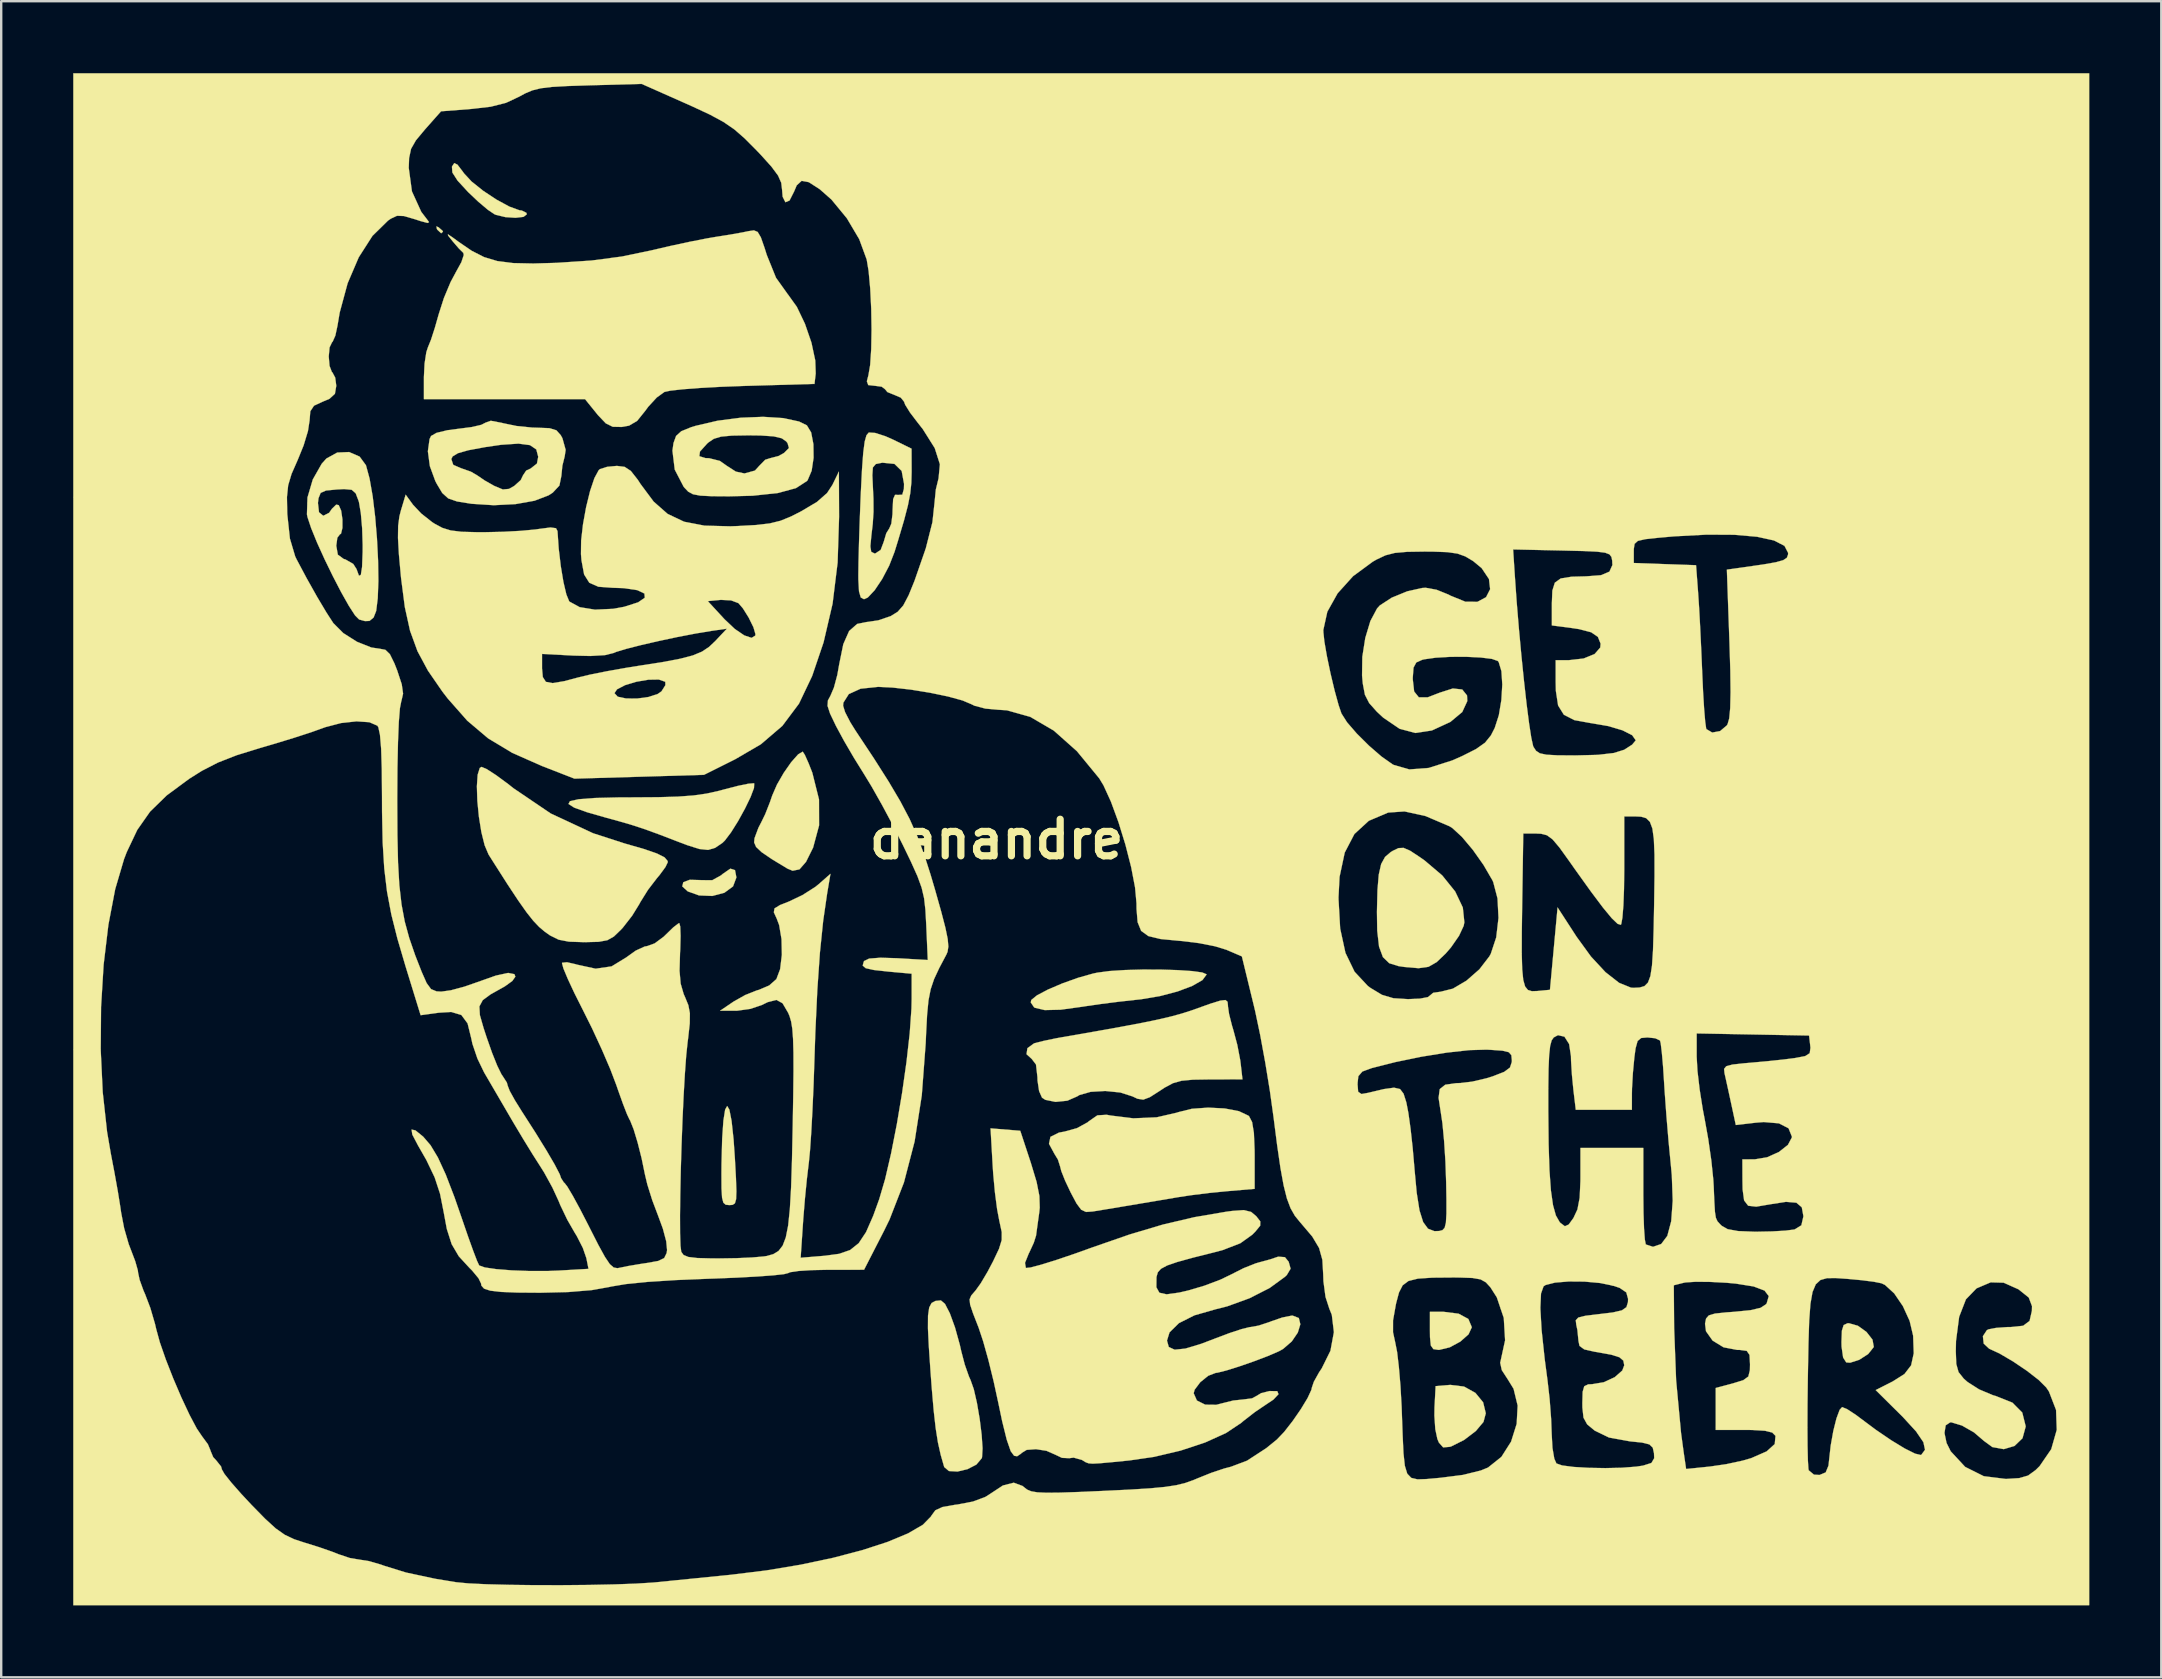
<source format=kicad_pcb>
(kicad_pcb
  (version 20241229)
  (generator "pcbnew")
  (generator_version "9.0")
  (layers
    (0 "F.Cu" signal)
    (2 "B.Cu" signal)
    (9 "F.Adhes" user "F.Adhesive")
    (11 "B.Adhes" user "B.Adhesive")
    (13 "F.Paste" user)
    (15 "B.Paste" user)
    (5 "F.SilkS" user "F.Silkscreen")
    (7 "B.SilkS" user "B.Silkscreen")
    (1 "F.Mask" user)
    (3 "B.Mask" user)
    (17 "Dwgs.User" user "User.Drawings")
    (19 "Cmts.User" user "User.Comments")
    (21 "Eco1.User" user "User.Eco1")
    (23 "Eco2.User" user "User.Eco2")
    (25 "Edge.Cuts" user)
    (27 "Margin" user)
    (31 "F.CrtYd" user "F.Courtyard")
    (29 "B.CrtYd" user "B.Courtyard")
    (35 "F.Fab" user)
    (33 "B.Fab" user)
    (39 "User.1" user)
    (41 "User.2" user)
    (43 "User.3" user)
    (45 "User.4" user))
  (footprint "danandrewsneg"
    (layer "F.Cu")
    (at 41.915 31.914)
    (property "Reference" "danandrewsneg" (at 0 0 0) (layer "F.SilkS") (effects (font (size 1.524 1.524) (thickness 0.3))))
    (attr through_hole)
    (fp_poly (pts (xy -26.695 -25.495) (xy -26.525 -25.347) (xy -26.511 -25.311) (xy -26.587 -25.246) (xy -26.743 -25.392) (xy -26.765 -25.425) (xy -26.783 -25.533) (xy -26.695 -25.495)) (stroke (width 0.01) (type solid)) (fill yes) (layer "F.SilkS"))
    (fp_poly (pts (xy 15.801 19.764) (xy 16.207 19.985) (xy 16.351 20.328) (xy 16.215 20.623) (xy 15.874 20.925) (xy 15.432 21.165) (xy 14.993 21.271) (xy 14.962 21.272) (xy 14.749 21.24) (xy 14.643 21.09) (xy 14.608 20.742) (xy 14.605 20.479) (xy 14.605 19.685) (xy 15.171 19.685) (xy 15.801 19.764)) (stroke (width 0.01) (type solid)) (fill yes) (layer "F.SilkS"))
    (fp_poly (pts (xy -14.345 1.286) (xy -14.287 1.589) (xy -14.427 1.963) (xy -14.788 2.228) (xy -15.289 2.361) (xy -15.844 2.339) (xy -16.313 2.171) (xy -16.542 1.963) (xy -16.499 1.789) (xy -16.231 1.688) (xy -15.783 1.7) (xy -15.771 1.702) (xy -15.294 1.706) (xy -14.92 1.499) (xy -14.865 1.449) (xy -14.538 1.224) (xy -14.345 1.286)) (stroke (width 0.01) (type solid)) (fill yes) (layer "F.SilkS"))
    (fp_poly (pts (xy 32.434 20.267) (xy 32.792 20.524) (xy 33.043 20.846) (xy 33.096 21.144) (xy 33.09 21.16) (xy 32.864 21.443) (xy 32.492 21.684) (xy 32.113 21.806) (xy 31.948 21.793) (xy 31.819 21.59) (xy 31.754 21.136) (xy 31.75 20.942) (xy 31.768 20.469) (xy 31.842 20.236) (xy 32.003 20.163) (xy 32.059 20.161) (xy 32.434 20.267)) (stroke (width 0.01) (type solid)) (fill yes) (layer "F.SilkS"))
    (fp_poly (pts (xy 16.026 22.8) (xy 16.5 23.063) (xy 16.822 23.456) (xy 16.933 23.913) (xy 16.837 24.272) (xy 16.519 24.651) (xy 16.031 25.023) (xy 15.504 25.288) (xy 15.439 25.31) (xy 15.157 25.334) (xy 14.979 25.134) (xy 14.916 24.985) (xy 14.829 24.576) (xy 14.791 24.01) (xy 14.796 23.665) (xy 14.843 22.781) (xy 15.457 22.73) (xy 16.026 22.8)) (stroke (width 0.01) (type solid)) (fill yes) (layer "F.SilkS"))
    (fp_poly (pts (xy -14.579 11.266) (xy -14.488 11.731) (xy -14.404 12.509) (xy -14.349 13.31) (xy -14.305 14.119) (xy -14.287 14.662) (xy -14.299 14.994) (xy -14.349 15.166) (xy -14.444 15.23) (xy -14.581 15.24) (xy -14.732 15.225) (xy -14.829 15.141) (xy -14.884 14.934) (xy -14.907 14.547) (xy -14.91 13.925) (xy -14.907 13.533) (xy -14.88 12.476) (xy -14.828 11.719) (xy -14.756 11.263) (xy -14.671 11.111) (xy -14.579 11.266)) (stroke (width 0.01) (type solid)) (fill yes) (layer "F.SilkS"))
    (fp_poly (pts (xy -25.906 -28.104) (xy -25.674 -27.799) (xy -25.636 -27.744) (xy -25.317 -27.4) (xy -24.835 -27.015) (xy -24.28 -26.648) (xy -23.746 -26.358) (xy -23.324 -26.204) (xy -23.229 -26.194) (xy -23.036 -26.098) (xy -23.019 -26.035) (xy -23.155 -25.93) (xy -23.489 -25.891) (xy -23.909 -25.919) (xy -24.301 -26.012) (xy -24.368 -26.04) (xy -24.639 -26.223) (xy -25.04 -26.561) (xy -25.464 -26.963) (xy -25.904 -27.441) (xy -26.119 -27.776) (xy -26.137 -28.017) (xy -26.133 -28.029) (xy -26.04 -28.17) (xy -25.906 -28.104)) (stroke (width 0.01) (type solid)) (fill yes) (layer "F.SilkS"))
    (fp_poly (pts (xy -11.435 -3.515) (xy -11.278 -3.163) (xy -11.124 -2.772) (xy -10.845 -1.657) (xy -10.842 -0.578) (xy -11.091 0.346) (xy -11.387 0.941) (xy -11.659 1.253) (xy -11.944 1.311) (xy -12.16 1.222) (xy -12.816 0.824) (xy -13.237 0.537) (xy -13.466 0.32) (xy -13.548 0.133) (xy -13.531 -0.046) (xy -13.369 -0.481) (xy -13.248 -0.714) (xy -13.085 -1.049) (xy -12.89 -1.545) (xy -12.793 -1.826) (xy -12.597 -2.277) (xy -12.314 -2.768) (xy -12.001 -3.215) (xy -11.715 -3.537) (xy -11.523 -3.651) (xy -11.435 -3.515)) (stroke (width 0.01) (type solid)) (fill yes) (layer "F.SilkS"))
    (fp_poly (pts (xy 13.777 0.475) (xy 14.19 0.747) (xy 14.385 0.884) (xy 15.117 1.505) (xy 15.658 2.176) (xy 15.976 2.845) (xy 16.04 3.461) (xy 16.01 3.609) (xy 15.817 4.022) (xy 15.481 4.506) (xy 15.261 4.76) (xy 14.885 5.118) (xy 14.544 5.313) (xy 14.134 5.371) (xy 13.553 5.321) (xy 13.297 5.284) (xy 12.911 5.164) (xy 12.647 4.909) (xy 12.486 4.474) (xy 12.41 3.811) (xy 12.398 3.021) (xy 12.42 2.116) (xy 12.474 1.472) (xy 12.574 1.031) (xy 12.736 0.736) (xy 12.974 0.531) (xy 13.057 0.482) (xy 13.295 0.368) (xy 13.507 0.358) (xy 13.777 0.475)) (stroke (width 0.01) (type solid)) (fill yes) (layer "F.SilkS"))
    (fp_poly (pts (xy 3.397 5.429) (xy 4.105 5.451) (xy 4.702 5.491) (xy 5.121 5.549) (xy 5.298 5.624) (xy 5.3 5.636) (xy 5.128 5.867) (xy 4.704 6.109) (xy 4.094 6.339) (xy 3.363 6.532) (xy 2.574 6.665) (xy 2.433 6.68) (xy 1.664 6.765) (xy 0.891 6.863) (xy 0.26 6.954) (xy 0.159 6.971) (xy -0.779 7.1) (xy -1.441 7.116) (xy -1.851 7.02) (xy -1.886 7) (xy -2.024 6.797) (xy -2.002 6.695) (xy -1.764 6.501) (xy -1.303 6.258) (xy -0.705 6.003) (xy -0.052 5.77) (xy 0.571 5.594) (xy 0.757 5.555) (xy 1.257 5.489) (xy 1.908 5.447) (xy 2.643 5.427) (xy 3.397 5.429)) (stroke (width 0.01) (type solid)) (fill yes) (layer "F.SilkS"))
    (fp_poly (pts (xy -13.545 -2.327) (xy -13.554 -2.136) (xy -13.697 -1.758) (xy -13.932 -1.273) (xy -14.217 -0.756) (xy -14.51 -0.288) (xy -14.77 0.055) (xy -14.869 0.151) (xy -15.173 0.357) (xy -15.465 0.443) (xy -15.83 0.405) (xy -16.351 0.24) (xy -16.748 0.089) (xy -17.548 -0.218) (xy -18.168 -0.442) (xy -18.724 -0.622) (xy -19.328 -0.795) (xy -19.685 -0.891) (xy -20.51 -1.127) (xy -21.044 -1.319) (xy -21.282 -1.471) (xy -21.221 -1.587) (xy -20.858 -1.668) (xy -20.187 -1.72) (xy -19.205 -1.744) (xy -18.624 -1.746) (xy -17.552 -1.753) (xy -16.726 -1.777) (xy -16.076 -1.825) (xy -15.53 -1.903) (xy -15.017 -2.017) (xy -14.799 -2.076) (xy -14.232 -2.223) (xy -13.792 -2.314) (xy -13.56 -2.333) (xy -13.545 -2.327)) (stroke (width 0.01) (type solid)) (fill yes) (layer "F.SilkS"))
    (fp_poly (pts (xy -5.597 19.355) (xy -5.393 19.751) (xy -5.18 20.337) (xy -4.981 21.054) (xy -4.919 21.328) (xy -4.773 21.885) (xy -4.598 22.382) (xy -4.532 22.528) (xy -4.397 22.91) (xy -4.266 23.481) (xy -4.152 24.146) (xy -4.07 24.808) (xy -4.032 25.372) (xy -4.053 25.742) (xy -4.066 25.785) (xy -4.287 26.048) (xy -4.659 26.241) (xy -5.076 26.34) (xy -5.434 26.319) (xy -5.628 26.154) (xy -5.629 26.154) (xy -5.775 25.646) (xy -5.891 25.128) (xy -5.985 24.533) (xy -6.068 23.794) (xy -6.15 22.844) (xy -6.2 22.168) (xy -6.27 21.134) (xy -6.307 20.374) (xy -6.304 19.846) (xy -6.255 19.508) (xy -6.155 19.318) (xy -5.996 19.233) (xy -5.773 19.211) (xy -5.768 19.211) (xy -5.597 19.355)) (stroke (width 0.01) (type solid)) (fill yes) (layer "F.SilkS"))
    (fp_poly (pts (xy 6.054 11.214) (xy 6.647 11.327) (xy 7.043 11.514) (xy 7.072 11.54) (xy 7.198 11.782) (xy 7.272 12.234) (xy 7.301 12.943) (xy 7.303 13.167) (xy 7.303 14.563) (xy 6.152 14.661) (xy 5.415 14.734) (xy 4.656 14.828) (xy 4.128 14.908) (xy 3.385 15.034) (xy 2.54 15.176) (xy 1.702 15.317) (xy 0.98 15.437) (xy 0.556 15.506) (xy 0.28 15.526) (xy 0.079 15.435) (xy -0.116 15.174) (xy -0.357 14.721) (xy -0.592 14.225) (xy -0.752 13.822) (xy -0.799 13.637) (xy -0.893 13.342) (xy -1.037 13.106) (xy -1.264 12.687) (xy -1.204 12.397) (xy -0.849 12.22) (xy -0.619 12.178) (xy -0.101 12.035) (xy 0.342 11.793) (xy 0.404 11.741) (xy 0.751 11.501) (xy 1.137 11.477) (xy 1.301 11.508) (xy 2.251 11.625) (xy 3.221 11.583) (xy 4.064 11.389) (xy 4.118 11.369) (xy 4.687 11.228) (xy 5.366 11.179) (xy 6.054 11.214)) (stroke (width 0.01) (type solid)) (fill yes) (layer "F.SilkS"))
    (fp_poly (pts (xy -24.685 -2.922) (xy -24.293 -2.668) (xy -23.798 -2.303) (xy -23.57 -2.123) (xy -22.02 -1.073) (xy -20.258 -0.251) (xy -18.954 0.171) (xy -18.138 0.406) (xy -17.593 0.594) (xy -17.277 0.755) (xy -17.152 0.905) (xy -17.145 0.953) (xy -17.241 1.154) (xy -17.483 1.484) (xy -17.599 1.622) (xy -17.969 2.105) (xy -18.29 2.62) (xy -18.331 2.699) (xy -18.63 3.184) (xy -19.016 3.68) (xy -19.099 3.77) (xy -19.39 4.05) (xy -19.663 4.205) (xy -20.026 4.272) (xy -20.591 4.286) (xy -20.64 4.286) (xy -21.262 4.266) (xy -21.691 4.183) (xy -22.051 4.005) (xy -22.27 3.85) (xy -22.505 3.652) (xy -22.748 3.396) (xy -23.029 3.042) (xy -23.376 2.55) (xy -23.819 1.88) (xy -24.386 0.991) (xy -24.61 0.638) (xy -24.774 0.252) (xy -24.911 -0.298) (xy -25.014 -0.94) (xy -25.079 -1.6) (xy -25.098 -2.207) (xy -25.066 -2.689) (xy -24.978 -2.971) (xy -24.903 -3.016) (xy -24.685 -2.922)) (stroke (width 0.01) (type solid)) (fill yes) (layer "F.SilkS"))
    (fp_poly (pts (xy 6.174 6.769) (xy 6.191 6.93) (xy 6.191 6.957) (xy 6.238 7.28) (xy 6.357 7.752) (xy 6.416 7.949) (xy 6.58 8.563) (xy 6.702 9.199) (xy 6.719 9.327) (xy 6.796 10.001) (xy 5.422 10.004) (xy 4.73 10.015) (xy 4.256 10.06) (xy 3.899 10.161) (xy 3.56 10.342) (xy 3.357 10.476) (xy 2.938 10.744) (xy 2.664 10.847) (xy 2.423 10.81) (xy 2.213 10.711) (xy 1.706 10.549) (xy 1.084 10.486) (xy 0.473 10.521) (xy 0.002 10.655) (xy -0.089 10.711) (xy -0.501 10.891) (xy -0.993 10.941) (xy -1.418 10.854) (xy -1.556 10.763) (xy -1.676 10.493) (xy -1.742 10.053) (xy -1.746 9.907) (xy -1.806 9.383) (xy -1.984 9.15) (xy -2.201 8.953) (xy -2.163 8.702) (xy -1.889 8.504) (xy -1.865 8.495) (xy -1.497 8.401) (xy -0.974 8.292) (xy -0.714 8.245) (xy 0.642 8.009) (xy 1.729 7.814) (xy 2.59 7.652) (xy 3.27 7.512) (xy 3.812 7.385) (xy 4.261 7.262) (xy 4.66 7.135) (xy 4.842 7.07) (xy 5.479 6.843) (xy 5.876 6.721) (xy 6.088 6.697) (xy 6.174 6.769)) (stroke (width 0.01) (type solid)) (fill yes) (layer "F.SilkS"))
    (fp_poly (pts (xy -12.336 -17.546) (xy -11.677 -17.404) (xy -11.351 -17.244) (xy -11.172 -16.948) (xy -11.079 -16.459) (xy -11.072 -15.889) (xy -11.152 -15.353) (xy -11.318 -14.962) (xy -11.347 -14.926) (xy -11.805 -14.629) (xy -12.559 -14.425) (xy -13.612 -14.312) (xy -14.584 -14.287) (xy -15.312 -14.292) (xy -15.792 -14.316) (xy -16.097 -14.374) (xy -16.295 -14.482) (xy -16.457 -14.653) (xy -16.488 -14.692) (xy -16.855 -15.4) (xy -16.923 -15.958) (xy -15.83 -15.958) (xy -15.574 -15.88) (xy -15.423 -15.875) (xy -14.979 -15.764) (xy -14.684 -15.557) (xy -14.31 -15.317) (xy -13.951 -15.24) (xy -13.514 -15.36) (xy -13.335 -15.557) (xy -13.086 -15.811) (xy -12.884 -15.875) (xy -12.532 -15.966) (xy -12.3 -16.096) (xy -12.097 -16.3) (xy -12.156 -16.503) (xy -12.209 -16.572) (xy -12.397 -16.705) (xy -12.733 -16.785) (xy -13.279 -16.822) (xy -13.781 -16.828) (xy -14.471 -16.817) (xy -14.925 -16.775) (xy -15.227 -16.684) (xy -15.456 -16.529) (xy -15.508 -16.482) (xy -15.806 -16.151) (xy -15.83 -15.958) (xy -16.923 -15.958) (xy -16.951 -16.191) (xy -16.907 -16.507) (xy -16.799 -16.804) (xy -16.579 -17.003) (xy -16.16 -17.171) (xy -15.985 -17.224) (xy -15.07 -17.437) (xy -14.107 -17.562) (xy -13.171 -17.599) (xy -12.336 -17.546)) (stroke (width 0.01) (type solid)) (fill yes) (layer "F.SilkS"))
    (fp_poly (pts (xy -8.507 -16.928) (xy -8.079 -16.791) (xy -7.765 -16.652) (xy -6.99 -16.272) (xy -6.987 -15.298) (xy -6.999 -14.844) (xy -7.045 -14.406) (xy -7.141 -13.912) (xy -7.302 -13.292) (xy -7.543 -12.477) (xy -7.699 -11.972) (xy -7.922 -11.4) (xy -8.215 -10.841) (xy -8.528 -10.374) (xy -8.813 -10.072) (xy -8.971 -10.001) (xy -9.106 -10.073) (xy -9.179 -10.328) (xy -9.206 -10.824) (xy -9.207 -11.008) (xy -9.2 -11.536) (xy -9.183 -12.199) (xy -8.707 -12.199) (xy -8.669 -11.973) (xy -8.532 -11.907) (xy -8.505 -11.906) (xy -8.277 -12.053) (xy -8.151 -12.386) (xy -8.042 -12.751) (xy -7.917 -12.951) (xy -7.833 -13.148) (xy -7.784 -13.545) (xy -7.779 -13.736) (xy -7.757 -14.171) (xy -7.677 -14.35) (xy -7.541 -14.345) (xy -7.377 -14.355) (xy -7.309 -14.594) (xy -7.303 -14.807) (xy -7.402 -15.345) (xy -7.703 -15.638) (xy -8.206 -15.688) (xy -8.479 -15.633) (xy -8.602 -15.489) (xy -8.623 -15.165) (xy -8.612 -14.922) (xy -8.578 -14.188) (xy -8.575 -13.639) (xy -8.606 -13.144) (xy -8.663 -12.66) (xy -8.707 -12.199) (xy -9.183 -12.199) (xy -9.181 -12.292) (xy -9.152 -13.187) (xy -9.116 -14.132) (xy -9.103 -14.436) (xy -9.054 -15.41) (xy -9.002 -16.108) (xy -8.942 -16.569) (xy -8.867 -16.834) (xy -8.773 -16.943) (xy -8.769 -16.945) (xy -8.507 -16.928)) (stroke (width 0.01) (type solid)) (fill yes) (layer "F.SilkS"))
    (fp_poly (pts (xy -24.052 -17.346) (xy -24.005 -17.333) (xy -23.451 -17.218) (xy -22.801 -17.152) (xy -22.568 -17.145) (xy -22.072 -17.126) (xy -21.786 -17.038) (xy -21.605 -16.836) (xy -21.535 -16.708) (xy -21.4 -16.224) (xy -21.44 -15.954) (xy -21.537 -15.563) (xy -21.579 -15.137) (xy -21.66 -14.737) (xy -21.938 -14.44) (xy -22.112 -14.328) (xy -22.696 -14.104) (xy -23.49 -13.963) (xy -24.395 -13.917) (xy -25.312 -13.976) (xy -25.344 -13.98) (xy -25.927 -14.074) (xy -26.293 -14.201) (xy -26.541 -14.426) (xy -26.772 -14.812) (xy -26.831 -14.927) (xy -27.057 -15.544) (xy -27.097 -15.841) (xy -26.164 -15.841) (xy -26.083 -15.599) (xy -25.768 -15.462) (xy -25.35 -15.315) (xy -25.082 -15.159) (xy -24.772 -14.947) (xy -24.375 -14.722) (xy -24.018 -14.573) (xy -23.759 -14.597) (xy -23.541 -14.721) (xy -23.271 -14.964) (xy -23.177 -15.16) (xy -23.045 -15.359) (xy -22.86 -15.445) (xy -22.596 -15.652) (xy -22.543 -15.936) (xy -22.623 -16.24) (xy -22.887 -16.42) (xy -23.366 -16.483) (xy -24.092 -16.434) (xy -24.757 -16.337) (xy -25.455 -16.207) (xy -25.888 -16.084) (xy -26.108 -15.95) (xy -26.164 -15.841) (xy -27.097 -15.841) (xy -27.14 -16.165) (xy -27.069 -16.674) (xy -27.007 -16.801) (xy -26.78 -16.931) (xy -26.322 -17.042) (xy -25.859 -17.102) (xy -25.318 -17.172) (xy -24.91 -17.267) (xy -24.738 -17.356) (xy -24.518 -17.435) (xy -24.052 -17.346)) (stroke (width 0.01) (type solid)) (fill yes) (layer "F.SilkS"))
    (fp_poly (pts (xy -13.4 -25.301) (xy -13.267 -25.075) (xy -13.111 -24.629) (xy -13.022 -24.345) (xy -12.636 -23.391) (xy -12.142 -22.699) (xy -12.133 -22.69) (xy -11.768 -22.18) (xy -11.431 -21.475) (xy -11.161 -20.692) (xy -11.001 -19.946) (xy -10.983 -19.404) (xy -11.033 -18.971) (xy -13.97 -18.886) (xy -14.929 -18.85) (xy -15.799 -18.802) (xy -16.522 -18.747) (xy -17.039 -18.689) (xy -17.285 -18.636) (xy -17.603 -18.406) (xy -17.959 -18.02) (xy -18.085 -17.848) (xy -18.42 -17.432) (xy -18.757 -17.232) (xy -19.062 -17.177) (xy -19.438 -17.185) (xy -19.729 -17.328) (xy -20.053 -17.669) (xy -20.105 -17.733) (xy -20.593 -18.336) (xy -27.305 -18.336) (xy -27.305 -19.259) (xy -27.277 -19.822) (xy -27.204 -20.294) (xy -27.137 -20.497) (xy -27.011 -20.808) (xy -26.847 -21.315) (xy -26.688 -21.875) (xy -26.471 -22.551) (xy -26.192 -23.217) (xy -25.968 -23.635) (xy -25.744 -24.043) (xy -25.645 -24.34) (xy -25.663 -24.429) (xy -25.851 -24.614) (xy -26.114 -24.92) (xy -26.297 -25.151) (xy -26.306 -25.204) (xy -26.112 -25.075) (xy -25.855 -24.886) (xy -25.31 -24.514) (xy -24.797 -24.253) (xy -24.247 -24.088) (xy -23.587 -24.004) (xy -22.748 -23.986) (xy -21.774 -24.014) (xy -20.329 -24.11) (xy -19.055 -24.278) (xy -17.859 -24.527) (xy -17.037 -24.718) (xy -16.216 -24.895) (xy -15.511 -25.033) (xy -15.161 -25.093) (xy -14.567 -25.187) (xy -14.039 -25.281) (xy -13.783 -25.334) (xy -13.557 -25.367) (xy -13.4 -25.301)) (stroke (width 0.01) (type solid)) (fill yes) (layer "F.SilkS"))
    (fp_poly (pts (xy -29.983 -15.942) (xy -29.719 -15.582) (xy -29.569 -15.028) (xy -29.44 -14.291) (xy -29.336 -13.433) (xy -29.26 -12.518) (xy -29.214 -11.606) (xy -29.202 -10.759) (xy -29.228 -10.041) (xy -29.293 -9.514) (xy -29.401 -9.239) (xy -29.571 -9.097) (xy -29.758 -9.089) (xy -30.004 -9.156) (xy -30.172 -9.325) (xy -30.431 -9.724) (xy -30.75 -10.29) (xy -31.098 -10.96) (xy -31.444 -11.67) (xy -31.756 -12.358) (xy -32.002 -12.961) (xy -32.153 -13.415) (xy -32.178 -13.535) (xy -32.163 -14.01) (xy -31.72 -14.01) (xy -31.676 -13.623) (xy -31.497 -13.477) (xy -31.255 -13.6) (xy -31.135 -13.77) (xy -30.959 -13.941) (xy -30.853 -13.92) (xy -30.752 -13.69) (xy -30.7 -13.331) (xy -30.7 -12.97) (xy -30.758 -12.732) (xy -30.807 -12.7) (xy -30.912 -12.562) (xy -30.956 -12.23) (xy -30.956 -12.227) (xy -30.891 -11.856) (xy -30.648 -11.679) (xy -30.574 -11.658) (xy -30.249 -11.471) (xy -30.113 -11.258) (xy -30.011 -10.98) (xy -29.933 -11.012) (xy -29.881 -11.345) (xy -29.857 -11.971) (xy -29.856 -12.263) (xy -29.878 -12.953) (xy -29.933 -13.585) (xy -30.01 -14.041) (xy -30.026 -14.097) (xy -30.148 -14.415) (xy -30.315 -14.56) (xy -30.632 -14.589) (xy -30.932 -14.573) (xy -31.383 -14.529) (xy -31.607 -14.43) (xy -31.696 -14.21) (xy -31.72 -14.01) (xy -32.163 -14.01) (xy -32.156 -14.238) (xy -31.934 -14.99) (xy -31.562 -15.645) (xy -31.367 -15.862) (xy -30.916 -16.111) (xy -30.42 -16.132) (xy -29.983 -15.942)) (stroke (width 0.01) (type solid)) (fill yes) (layer "F.SilkS"))
    (fp_poly (pts (xy -18.944 -15.515) (xy -18.684 -15.345) (xy -18.398 -14.981) (xy -18.278 -14.797) (xy -17.735 -14.068) (xy -17.151 -13.554) (xy -16.465 -13.229) (xy -15.616 -13.066) (xy -14.542 -13.038) (xy -14.241 -13.049) (xy -13.463 -13.092) (xy -12.9 -13.158) (xy -12.449 -13.269) (xy -12.007 -13.45) (xy -11.585 -13.665) (xy -10.928 -14.056) (xy -10.508 -14.426) (xy -10.287 -14.764) (xy -10.017 -15.319) (xy -10.009 -13.433) (xy -10.07 -11.527) (xy -10.28 -9.815) (xy -10.656 -8.202) (xy -11.131 -6.802) (xy -11.679 -5.651) (xy -12.372 -4.725) (xy -13.266 -3.959) (xy -14.334 -3.336) (xy -15.637 -2.685) (xy -18.336 -2.605) (xy -21.034 -2.526) (xy -22.391 -3.054) (xy -23.626 -3.6) (xy -24.633 -4.207) (xy -25.501 -4.942) (xy -26.319 -5.871) (xy -26.484 -6.087) (xy -19.367 -6.087) (xy -19.23 -5.939) (xy -18.883 -5.866) (xy -18.424 -5.863) (xy -17.952 -5.927) (xy -17.565 -6.053) (xy -17.407 -6.164) (xy -17.245 -6.421) (xy -17.25 -6.561) (xy -17.518 -6.655) (xy -17.952 -6.648) (xy -18.453 -6.563) (xy -18.922 -6.422) (xy -19.259 -6.248) (xy -19.367 -6.087) (xy -26.484 -6.087) (xy -26.539 -6.158) (xy -27.135 -7.022) (xy -27.511 -7.722) (xy -22.384 -7.722) (xy -22.384 -7.115) (xy -22.352 -6.757) (xy -22.223 -6.558) (xy -21.942 -6.506) (xy -21.458 -6.587) (xy -20.89 -6.738) (xy -20.387 -6.859) (xy -19.678 -7.001) (xy -18.873 -7.144) (xy -18.336 -7.23) (xy -17.353 -7.384) (xy -16.629 -7.521) (xy -16.105 -7.658) (xy -15.723 -7.816) (xy -15.427 -8.013) (xy -15.159 -8.267) (xy -15.147 -8.28) (xy -14.684 -8.773) (xy -15.319 -8.682) (xy -15.978 -8.573) (xy -16.739 -8.427) (xy -17.529 -8.259) (xy -18.269 -8.088) (xy -18.884 -7.931) (xy -19.298 -7.805) (xy -19.399 -7.762) (xy -19.759 -7.672) (xy -20.367 -7.636) (xy -21.059 -7.652) (xy -22.384 -7.722) (xy -27.511 -7.722) (xy -27.572 -7.835) (xy -27.883 -8.689) (xy -28.1 -9.673) (xy -28.256 -10.878) (xy -28.263 -10.95) (xy -28.347 -11.875) (xy -28.385 -12.554) (xy -28.378 -13.056) (xy -28.327 -13.448) (xy -28.267 -13.685) (xy -28.065 -14.356) (xy -27.758 -13.934) (xy -27.417 -13.572) (xy -26.964 -13.214) (xy -26.864 -13.149) (xy -26.537 -12.973) (xy -26.19 -12.866) (xy -25.735 -12.81) (xy -25.084 -12.793) (xy -24.767 -12.793) (xy -24.001 -12.81) (xy -23.259 -12.85) (xy -22.664 -12.906) (xy -22.503 -12.929) (xy -22.033 -12.99) (xy -21.802 -12.959) (xy -21.74 -12.84) (xy -21.69 -12.114) (xy -21.603 -11.379) (xy -21.492 -10.715) (xy -21.371 -10.201) (xy -21.254 -9.916) (xy -21.242 -9.902) (xy -20.814 -9.669) (xy -20.178 -9.566) (xy -19.419 -9.601) (xy -18.959 -9.686) (xy -18.379 -9.872) (xy -18.307 -9.922) (xy -15.478 -9.922) (xy -14.783 -9.168) (xy -14.351 -8.76) (xy -13.956 -8.492) (xy -13.654 -8.391) (xy -13.502 -8.484) (xy -13.494 -8.548) (xy -13.577 -8.833) (xy -13.776 -9.237) (xy -14.017 -9.622) (xy -14.201 -9.837) (xy -14.508 -9.952) (xy -14.938 -9.974) (xy -14.952 -9.972) (xy -15.478 -9.922) (xy -18.307 -9.922) (xy -18.103 -10.063) (xy -18.119 -10.238) (xy -18.414 -10.378) (xy -18.977 -10.462) (xy -19.44 -10.477) (xy -20.035 -10.52) (xy -20.414 -10.686) (xy -20.631 -11.032) (xy -20.74 -11.618) (xy -20.762 -11.88) (xy -20.755 -12.444) (xy -20.677 -13.125) (xy -20.547 -13.84) (xy -20.383 -14.507) (xy -20.202 -15.046) (xy -20.024 -15.375) (xy -19.973 -15.42) (xy -19.672 -15.516) (xy -19.265 -15.555) (xy -18.944 -15.515)) (stroke (width 0.01) (type solid)) (fill yes) (layer "F.SilkS"))
    (fp_poly (pts (xy -2.461 12.144) (xy -2.016 13.494) (xy -1.781 14.273) (xy -1.665 14.859) (xy -1.65 15.348) (xy -1.672 15.557) (xy -1.74 16.046) (xy -1.792 16.425) (xy -1.803 16.51) (xy -1.896 16.805) (xy -2.082 17.209) (xy -2.107 17.255) (xy -2.264 17.646) (xy -2.228 17.856) (xy -2.222 17.86) (xy -2.028 17.839) (xy -1.589 17.722) (xy -0.956 17.525) (xy -0.181 17.262) (xy 0.516 17.012) (xy 2.092 16.465) (xy 3.488 16.049) (xy 4.797 15.742) (xy 6.115 15.517) (xy 6.36 15.484) (xy 6.852 15.448) (xy 7.158 15.525) (xy 7.371 15.704) (xy 7.539 15.92) (xy 7.535 16.096) (xy 7.335 16.341) (xy 7.202 16.475) (xy 6.706 16.83) (xy 5.979 17.111) (xy 5.636 17.203) (xy 4.727 17.431) (xy 4.083 17.609) (xy 3.655 17.756) (xy 3.4 17.894) (xy 3.269 18.041) (xy 3.218 18.218) (xy 3.213 18.256) (xy 3.209 18.663) (xy 3.334 18.89) (xy 3.635 18.957) (xy 4.16 18.884) (xy 4.539 18.796) (xy 5.216 18.596) (xy 5.878 18.346) (xy 6.315 18.135) (xy 6.838 17.87) (xy 7.349 17.667) (xy 7.505 17.622) (xy 7.948 17.502) (xy 8.283 17.389) (xy 8.565 17.409) (xy 8.721 17.601) (xy 8.801 17.889) (xy 8.645 18.151) (xy 8.567 18.227) (xy 7.929 18.692) (xy 7.09 19.12) (xy 6.165 19.456) (xy 5.675 19.58) (xy 4.798 19.831) (xy 4.148 20.158) (xy 3.757 20.542) (xy 3.651 20.886) (xy 3.727 21.153) (xy 3.972 21.264) (xy 4.416 21.218) (xy 5.087 21.015) (xy 5.661 20.796) (xy 6.257 20.571) (xy 6.766 20.404) (xy 7.096 20.323) (xy 7.136 20.32) (xy 7.468 20.26) (xy 7.913 20.114) (xy 7.992 20.082) (xy 8.452 19.924) (xy 8.84 19.846) (xy 8.885 19.844) (xy 9.144 19.945) (xy 9.207 20.204) (xy 9.101 20.551) (xy 8.852 20.917) (xy 8.487 21.233) (xy 8.313 21.33) (xy 7.851 21.529) (xy 7.269 21.75) (xy 6.662 21.961) (xy 6.126 22.129) (xy 5.754 22.222) (xy 5.68 22.23) (xy 5.369 22.35) (xy 5.036 22.62) (xy 4.804 22.929) (xy 4.763 23.078) (xy 4.898 23.382) (xy 5.244 23.554) (xy 5.709 23.559) (xy 5.909 23.507) (xy 6.41 23.382) (xy 6.841 23.336) (xy 7.194 23.291) (xy 7.371 23.196) (xy 7.576 23.073) (xy 7.919 22.988) (xy 8.245 22.99) (xy 8.298 23.117) (xy 8.085 23.343) (xy 7.759 23.561) (xy 7.317 23.859) (xy 6.837 24.232) (xy 6.743 24.313) (xy 6.114 24.733) (xy 5.246 25.127) (xy 4.217 25.468) (xy 3.105 25.73) (xy 2.082 25.878) (xy 1.345 25.951) (xy 0.86 25.995) (xy 0.562 26.011) (xy 0.387 25.998) (xy 0.27 25.955) (xy 0.148 25.881) (xy 0.109 25.858) (xy -0.236 25.76) (xy -0.419 25.784) (xy -0.723 25.77) (xy -1.001 25.638) (xy -1.37 25.476) (xy -1.807 25.408) (xy -2.193 25.437) (xy -2.41 25.569) (xy -2.417 25.587) (xy -2.591 25.704) (xy -2.717 25.683) (xy -2.858 25.494) (xy -3.023 25.018) (xy -3.215 24.244) (xy -3.377 23.472) (xy -3.571 22.578) (xy -3.789 21.692) (xy -4.006 20.916) (xy -4.195 20.348) (xy -4.202 20.33) (xy -4.428 19.75) (xy -4.549 19.389) (xy -4.572 19.167) (xy -4.502 19.005) (xy -4.347 18.825) (xy -4.326 18.802) (xy -4.107 18.497) (xy -3.824 18.019) (xy -3.593 17.582) (xy -3.347 17.063) (xy -3.234 16.698) (xy -3.233 16.364) (xy -3.325 15.934) (xy -3.33 15.915) (xy -3.425 15.414) (xy -3.516 14.716) (xy -3.588 13.938) (xy -3.61 13.602) (xy -3.699 12.043) (xy -2.461 12.144)) (stroke (width 0.01) (type solid)) (fill yes) (layer "F.SilkS"))
    (fp_poly (pts (xy 42.069 31.909) (xy -41.91 31.909) (xy -41.91 8.776) (xy -40.769 8.776) (xy -40.686 10.535) (xy -40.504 12.191) (xy -40.348 13.097) (xy -40.197 13.886) (xy -40.057 14.667) (xy -39.952 15.318) (xy -39.919 15.55) (xy -39.793 16.205) (xy -39.603 16.866) (xy -39.509 17.111) (xy -39.331 17.579) (xy -39.224 17.957) (xy -39.211 18.061) (xy -39.148 18.356) (xy -38.99 18.793) (xy -38.917 18.96) (xy -38.701 19.529) (xy -38.509 20.184) (xy -38.459 20.399) (xy -38.306 20.957) (xy -38.058 21.671) (xy -37.747 22.464) (xy -37.407 23.258) (xy -37.07 23.977) (xy -36.769 24.545) (xy -36.548 24.872) (xy -36.304 25.203) (xy -36.195 25.464) (xy -36.195 25.473) (xy -36.084 25.739) (xy -35.957 25.876) (xy -35.756 26.128) (xy -35.719 26.257) (xy -35.615 26.439) (xy -35.333 26.794) (xy -34.917 27.267) (xy -34.488 27.727) (xy -33.914 28.313) (xy -33.476 28.712) (xy -33.1 28.976) (xy -32.716 29.158) (xy -32.306 29.293) (xy -31.701 29.481) (xy -31.143 29.674) (xy -30.853 29.788) (xy -30.389 29.943) (xy -29.98 30.011) (xy -29.593 30.072) (xy -29.098 30.216) (xy -28.972 30.262) (xy -28.048 30.548) (xy -26.832 30.808) (xy -25.956 30.952) (xy -25.45 31) (xy -24.691 31.036) (xy -23.745 31.06) (xy -22.676 31.073) (xy -21.548 31.074) (xy -20.426 31.064) (xy -19.375 31.042) (xy -18.46 31.009) (xy -17.746 30.964) (xy -17.621 30.952) (xy -16.855 30.875) (xy -15.922 30.782) (xy -14.973 30.687) (xy -14.526 30.642) (xy -13.04 30.459) (xy -11.606 30.22) (xy -10.261 29.935) (xy -9.043 29.615) (xy -7.988 29.272) (xy -7.135 28.916) (xy -6.519 28.558) (xy -6.179 28.21) (xy -6.159 28.171) (xy -5.998 27.954) (xy -5.702 27.818) (xy -5.188 27.727) (xy -5.076 27.714) (xy -4.431 27.59) (xy -3.912 27.396) (xy -3.759 27.299) (xy -3.184 26.921) (xy -2.732 26.805) (xy -2.363 26.942) (xy -2.302 26.993) (xy -2.171 27.094) (xy -2.002 27.164) (xy -1.748 27.207) (xy -1.362 27.224) (xy -0.798 27.218) (xy -0.009 27.191) (xy 1.032 27.145) (xy 2.119 27.092) (xy 2.946 27.04) (xy 3.567 26.981) (xy 4.039 26.909) (xy 4.419 26.815) (xy 4.761 26.692) (xy 4.921 26.625) (xy 5.496 26.394) (xy 6.04 26.212) (xy 6.312 26.142) (xy 6.986 25.888) (xy 7.786 25.367) (xy 8.231 25.006) (xy 8.533 24.689) (xy 8.886 24.237) (xy 9.231 23.737) (xy 9.511 23.274) (xy 9.668 22.934) (xy 9.684 22.852) (xy 9.769 22.6) (xy 9.984 22.214) (xy 10.1 22.039) (xy 10.461 21.309) (xy 10.604 20.537) (xy 13.068 20.537) (xy 13.161 20.968) (xy 13.238 21.361) (xy 13.312 21.991) (xy 13.378 22.774) (xy 13.426 23.631) (xy 13.431 23.775) (xy 13.468 24.813) (xy 13.503 25.574) (xy 13.56 26.1) (xy 13.661 26.43) (xy 13.83 26.605) (xy 14.09 26.666) (xy 14.463 26.653) (xy 14.972 26.607) (xy 15.037 26.601) (xy 15.979 26.481) (xy 16.724 26.297) (xy 17.025 26.174) (xy 17.582 25.73) (xy 17.986 25.095) (xy 18.219 24.354) (xy 18.26 23.591) (xy 18.09 22.892) (xy 17.851 22.503) (xy 17.599 22.115) (xy 17.532 21.806) (xy 17.541 21.773) (xy 17.737 20.873) (xy 17.682 19.941) (xy 17.543 19.53) (xy 19.205 19.53) (xy 19.257 20.441) (xy 19.387 21.657) (xy 19.504 22.543) (xy 19.592 23.319) (xy 19.655 24.151) (xy 19.678 24.773) (xy 19.71 25.357) (xy 19.787 25.805) (xy 19.875 26.003) (xy 20.113 26.086) (xy 20.587 26.148) (xy 21.214 26.185) (xy 21.912 26.197) (xy 22.601 26.182) (xy 23.199 26.136) (xy 23.484 26.093) (xy 23.832 25.983) (xy 23.948 25.786) (xy 23.94 25.577) (xy 23.888 25.344) (xy 23.747 25.209) (xy 23.44 25.133) (xy 22.939 25.082) (xy 22.065 24.923) (xy 21.471 24.635) (xy 21.155 24.373) (xy 21.003 24.096) (xy 20.957 23.675) (xy 20.955 23.484) (xy 20.968 23.017) (xy 21.035 22.786) (xy 21.199 22.708) (xy 21.36 22.701) (xy 21.851 22.619) (xy 22.304 22.409) (xy 22.618 22.133) (xy 22.701 21.914) (xy 22.662 21.718) (xy 22.501 21.58) (xy 22.157 21.472) (xy 21.568 21.365) (xy 21.471 21.35) (xy 21.035 21.252) (xy 20.836 21.105) (xy 20.794 20.901) (xy 20.749 20.446) (xy 20.702 20.225) (xy 20.681 20.039) (xy 20.786 19.925) (xy 21.081 19.851) (xy 21.591 19.789) (xy 22.223 19.713) (xy 22.602 19.625) (xy 22.791 19.493) (xy 22.855 19.285) (xy 22.86 19.145) (xy 22.786 18.877) (xy 22.513 18.691) (xy 22.246 18.599) (xy 22.153 18.58) (xy 24.765 18.58) (xy 24.779 20.363) (xy 24.862 22.542) (xy 25.067 24.734) (xy 25.176 25.539) (xy 25.278 26.234) (xy 26.27 26.132) (xy 26.95 26.033) (xy 27.631 25.886) (xy 27.988 25.783) (xy 28.634 25.5) (xy 28.97 25.195) (xy 29.001 24.863) (xy 28.995 24.846) (xy 28.866 24.716) (xy 28.565 24.641) (xy 28.032 24.609) (xy 27.707 24.606) (xy 26.511 24.606) (xy 26.511 24.487) (xy 30.332 24.487) (xy 30.337 25.28) (xy 30.351 25.876) (xy 30.373 26.225) (xy 30.385 26.288) (xy 30.605 26.47) (xy 30.836 26.483) (xy 31.093 26.376) (xy 31.209 26.093) (xy 31.233 25.876) (xy 31.301 25.26) (xy 31.41 24.65) (xy 31.541 24.127) (xy 31.674 23.769) (xy 31.778 23.654) (xy 31.993 23.745) (xy 32.345 23.975) (xy 32.521 24.107) (xy 33.186 24.603) (xy 33.827 25.039) (xy 34.389 25.381) (xy 34.818 25.595) (xy 35.059 25.651) (xy 35.074 25.644) (xy 35.231 25.434) (xy 35.163 25.117) (xy 34.903 24.734) (xy 36.041 24.734) (xy 36.128 25.15) (xy 36.301 25.497) (xy 36.903 26.146) (xy 37.679 26.534) (xy 38.602 26.649) (xy 39.156 26.614) (xy 39.525 26.507) (xy 39.84 26.277) (xy 40.006 26.113) (xy 40.489 25.409) (xy 40.719 24.603) (xy 40.69 23.775) (xy 40.394 23.007) (xy 40.278 22.834) (xy 39.97 22.527) (xy 39.477 22.144) (xy 38.898 21.753) (xy 38.331 21.42) (xy 37.902 21.222) (xy 37.675 21.01) (xy 37.642 20.702) (xy 37.807 20.451) (xy 37.875 20.416) (xy 38.186 20.356) (xy 38.656 20.322) (xy 38.81 20.32) (xy 39.319 20.267) (xy 39.587 20.064) (xy 39.683 19.645) (xy 39.688 19.45) (xy 39.552 19.091) (xy 39.128 18.751) (xy 39.123 18.748) (xy 38.507 18.473) (xy 37.966 18.458) (xy 37.395 18.701) (xy 37.369 18.717) (xy 36.935 19.166) (xy 36.653 19.893) (xy 36.522 20.899) (xy 36.513 21.329) (xy 36.533 21.86) (xy 36.628 22.198) (xy 36.843 22.468) (xy 37.002 22.609) (xy 37.484 22.917) (xy 38.058 23.159) (xy 38.183 23.195) (xy 38.872 23.47) (xy 39.282 23.883) (xy 39.423 24.446) (xy 39.423 24.472) (xy 39.292 24.953) (xy 38.959 25.274) (xy 38.512 25.407) (xy 38.037 25.321) (xy 37.688 25.066) (xy 37.268 24.707) (xy 36.771 24.424) (xy 36.332 24.291) (xy 36.282 24.289) (xy 36.092 24.415) (xy 36.041 24.734) (xy 34.903 24.734) (xy 34.859 24.669) (xy 34.307 24.067) (xy 34.209 23.97) (xy 33.176 22.946) (xy 33.889 22.584) (xy 34.373 22.278) (xy 34.652 21.915) (xy 34.761 21.415) (xy 34.736 20.695) (xy 34.733 20.669) (xy 34.59 20.064) (xy 34.309 19.449) (xy 33.947 18.918) (xy 33.563 18.566) (xy 33.417 18.497) (xy 33.103 18.434) (xy 32.584 18.368) (xy 31.971 18.311) (xy 31.962 18.311) (xy 31.504 18.279) (xy 31.146 18.284) (xy 30.875 18.36) (xy 30.679 18.541) (xy 30.544 18.861) (xy 30.457 19.354) (xy 30.405 20.055) (xy 30.375 20.998) (xy 30.353 22.217) (xy 30.348 22.507) (xy 30.335 23.546) (xy 30.332 24.487) (xy 26.511 24.487) (xy 26.511 22.859) (xy 27.226 22.668) (xy 27.661 22.534) (xy 27.87 22.381) (xy 27.935 22.116) (xy 27.94 21.875) (xy 27.92 21.482) (xy 27.804 21.313) (xy 27.51 21.273) (xy 27.406 21.273) (xy 26.84 21.165) (xy 26.381 20.885) (xy 26.106 20.495) (xy 26.066 20.183) (xy 26.109 19.967) (xy 26.223 19.836) (xy 26.478 19.759) (xy 26.943 19.71) (xy 27.289 19.685) (xy 27.963 19.618) (xy 28.382 19.519) (xy 28.606 19.371) (xy 28.635 19.331) (xy 28.721 19.032) (xy 28.545 18.801) (xy 28.093 18.63) (xy 27.348 18.511) (xy 26.965 18.476) (xy 26.285 18.44) (xy 25.681 18.434) (xy 25.258 18.461) (xy 25.181 18.475) (xy 24.765 18.58) (xy 22.153 18.58) (xy 21.695 18.486) (xy 21.044 18.427) (xy 20.387 18.422) (xy 19.816 18.469) (xy 19.426 18.568) (xy 19.339 18.625) (xy 19.233 18.924) (xy 19.205 19.53) (xy 17.543 19.53) (xy 17.391 19.081) (xy 17.124 18.663) (xy 16.935 18.457) (xy 16.715 18.335) (xy 16.379 18.276) (xy 15.843 18.257) (xy 15.566 18.256) (xy 14.706 18.263) (xy 14.107 18.302) (xy 13.713 18.4) (xy 13.469 18.583) (xy 13.317 18.879) (xy 13.201 19.313) (xy 13.184 19.392) (xy 13.069 20.042) (xy 13.068 20.537) (xy 10.604 20.537) (xy 10.605 20.533) (xy 10.518 19.811) (xy 10.416 19.56) (xy 10.256 19.068) (xy 10.169 18.413) (xy 10.16 18.141) (xy 10.125 17.521) (xy 9.988 17.027) (xy 9.703 16.549) (xy 9.221 15.981) (xy 9.197 15.954) (xy 8.978 15.684) (xy 8.799 15.369) (xy 8.647 14.964) (xy 8.511 14.422) (xy 8.379 13.699) (xy 8.241 12.75) (xy 8.089 11.565) (xy 7.937 10.476) (xy 7.89 10.186) (xy 11.589 10.186) (xy 11.615 10.519) (xy 11.755 10.613) (xy 12.025 10.564) (xy 12.687 10.407) (xy 13.11 10.348) (xy 13.361 10.406) (xy 13.507 10.598) (xy 13.616 10.941) (xy 13.626 10.979) (xy 13.708 11.406) (xy 13.799 12.061) (xy 13.886 12.856) (xy 13.96 13.701) (xy 13.96 13.711) (xy 14.054 14.726) (xy 14.17 15.459) (xy 14.323 15.947) (xy 14.526 16.224) (xy 14.793 16.326) (xy 14.993 16.319) (xy 15.128 16.283) (xy 15.218 16.186) (xy 15.271 15.975) (xy 15.293 15.597) (xy 15.293 14.999) (xy 15.281 14.287) (xy 15.251 13.419) (xy 15.196 12.568) (xy 15.127 11.838) (xy 15.058 11.375) (xy 15.051 11.33) (xy 19.536 11.33) (xy 19.55 12.703) (xy 19.585 13.792) (xy 19.645 14.628) (xy 19.733 15.243) (xy 19.852 15.671) (xy 20.007 15.944) (xy 20.043 15.983) (xy 20.228 16.121) (xy 20.387 16.049) (xy 20.582 15.781) (xy 20.75 15.423) (xy 20.843 14.937) (xy 20.875 14.236) (xy 20.876 14.095) (xy 20.876 12.859) (xy 22.185 12.859) (xy 23.495 12.859) (xy 23.495 14.817) (xy 23.503 15.575) (xy 23.525 16.215) (xy 23.558 16.671) (xy 23.598 16.878) (xy 23.601 16.88) (xy 23.9 16.978) (xy 24.24 16.861) (xy 24.495 16.523) (xy 24.657 15.912) (xy 24.72 15.059) (xy 24.682 13.998) (xy 24.64 13.546) (xy 24.548 12.593) (xy 24.458 11.523) (xy 24.385 10.516) (xy 24.363 10.169) (xy 24.318 9.47) (xy 24.282 9.059) (xy 25.718 9.059) (xy 25.751 9.651) (xy 25.842 10.425) (xy 25.973 11.253) (xy 26.048 11.643) (xy 26.2 12.489) (xy 26.328 13.381) (xy 26.41 14.172) (xy 26.427 14.446) (xy 26.454 15.106) (xy 26.479 15.522) (xy 26.517 15.766) (xy 26.581 15.911) (xy 26.688 16.03) (xy 26.761 16.102) (xy 27.009 16.243) (xy 27.443 16.322) (xy 28.123 16.349) (xy 28.229 16.349) (xy 28.869 16.336) (xy 29.423 16.303) (xy 29.782 16.257) (xy 29.805 16.251) (xy 30.079 16.082) (xy 30.162 15.72) (xy 30.163 15.693) (xy 30.097 15.331) (xy 29.871 15.14) (xy 29.44 15.104) (xy 28.763 15.209) (xy 28.755 15.211) (xy 28.2 15.305) (xy 27.864 15.267) (xy 27.694 15.045) (xy 27.632 14.589) (xy 27.625 14.168) (xy 27.622 13.335) (xy 28.138 13.334) (xy 28.651 13.248) (xy 29.143 13.028) (xy 29.519 12.732) (xy 29.685 12.419) (xy 29.686 12.39) (xy 29.546 12.041) (xy 29.145 11.834) (xy 28.511 11.78) (xy 28.175 11.807) (xy 27.348 11.904) (xy 27.152 10.992) (xy 27.03 10.431) (xy 26.925 9.954) (xy 26.877 9.742) (xy 26.86 9.566) (xy 26.95 9.455) (xy 27.209 9.385) (xy 27.7 9.331) (xy 27.965 9.309) (xy 28.66 9.246) (xy 29.335 9.175) (xy 29.814 9.114) (xy 30.239 9.033) (xy 30.427 8.912) (xy 30.458 8.688) (xy 30.449 8.595) (xy 30.401 8.176) (xy 28.059 8.132) (xy 25.718 8.088) (xy 25.718 9.059) (xy 24.282 9.059) (xy 24.267 8.891) (xy 24.22 8.503) (xy 24.191 8.383) (xy 23.99 8.289) (xy 23.666 8.255) (xy 23.405 8.279) (xy 23.257 8.404) (xy 23.173 8.708) (xy 23.122 9.088) (xy 23.061 9.731) (xy 23.024 10.377) (xy 23.02 10.597) (xy 23.019 11.271) (xy 20.682 11.271) (xy 20.582 10.438) (xy 20.522 9.825) (xy 20.485 9.237) (xy 20.48 9.028) (xy 20.404 8.53) (xy 20.21 8.224) (xy 19.94 8.161) (xy 19.764 8.255) (xy 19.677 8.378) (xy 19.614 8.609) (xy 19.572 8.991) (xy 19.547 9.566) (xy 19.536 10.379) (xy 19.536 11.33) (xy 15.051 11.33) (xy 14.966 10.772) (xy 15.014 10.409) (xy 15.244 10.225) (xy 15.696 10.161) (xy 15.875 10.155) (xy 16.361 10.097) (xy 16.956 9.958) (xy 17.224 9.875) (xy 17.7 9.689) (xy 17.939 9.511) (xy 18.016 9.279) (xy 18.018 9.207) (xy 17.998 8.995) (xy 17.892 8.871) (xy 17.627 8.807) (xy 17.134 8.772) (xy 16.965 8.764) (xy 16.246 8.784) (xy 15.313 8.887) (xy 14.258 9.057) (xy 13.17 9.281) (xy 12.184 9.531) (xy 11.791 9.675) (xy 11.623 9.871) (xy 11.589 10.186) (xy 7.89 10.186) (xy 7.744 9.295) (xy 7.533 8.147) (xy 7.324 7.155) (xy 7.269 6.924) (xy 6.771 4.879) (xy 6.124 4.602) (xy 5.649 4.457) (xy 4.988 4.327) (xy 4.271 4.239) (xy 4.16 4.23) (xy 3.386 4.156) (xy 2.876 4.033) (xy 2.574 3.815) (xy 2.428 3.454) (xy 2.383 2.902) (xy 2.381 2.67) (xy 2.362 2.45) (xy 10.795 2.45) (xy 10.866 3.719) (xy 11.086 4.732) (xy 11.466 5.518) (xy 12.017 6.109) (xy 12.127 6.191) (xy 12.608 6.481) (xy 13.083 6.622) (xy 13.692 6.66) (xy 14.188 6.639) (xy 14.518 6.576) (xy 14.605 6.509) (xy 14.742 6.395) (xy 15.057 6.35) (xy 15.562 6.223) (xy 16.129 5.889) (xy 16.666 5.418) (xy 17.081 4.879) (xy 17.141 4.771) (xy 17.143 4.765) (xy 18.431 4.765) (xy 18.449 5.415) (xy 18.493 5.859) (xy 18.571 6.134) (xy 18.689 6.279) (xy 18.853 6.329) (xy 19.071 6.322) (xy 19.095 6.32) (xy 19.606 6.271) (xy 19.923 2.839) (xy 20.717 4.063) (xy 21.314 4.885) (xy 21.918 5.536) (xy 22.487 5.981) (xy 22.98 6.181) (xy 23.082 6.189) (xy 23.345 6.176) (xy 23.544 6.116) (xy 23.689 5.97) (xy 23.79 5.698) (xy 23.857 5.262) (xy 23.899 4.621) (xy 23.926 3.738) (xy 23.946 2.699) (xy 23.962 1.531) (xy 23.961 0.642) (xy 23.934 -0.005) (xy 23.873 -0.449) (xy 23.769 -0.727) (xy 23.615 -0.879) (xy 23.402 -0.941) (xy 23.158 -0.953) (xy 22.701 -0.953) (xy 22.701 1.261) (xy 22.691 2.067) (xy 22.665 2.755) (xy 22.624 3.265) (xy 22.575 3.536) (xy 22.557 3.563) (xy 22.425 3.523) (xy 22.182 3.29) (xy 21.816 2.848) (xy 21.313 2.178) (xy 20.657 1.263) (xy 20.399 0.896) (xy 20.003 0.345) (xy 19.718 0.008) (xy 19.482 -0.167) (xy 19.234 -0.231) (xy 19.05 -0.238) (xy 18.494 -0.238) (xy 18.449 2.699) (xy 18.433 3.872) (xy 18.431 4.765) (xy 17.143 4.765) (xy 17.367 4.089) (xy 17.462 3.276) (xy 17.421 2.463) (xy 17.243 1.782) (xy 17.204 1.699) (xy 16.834 1.063) (xy 16.391 0.437) (xy 15.939 -0.1) (xy 15.543 -0.465) (xy 15.421 -0.542) (xy 14.418 -0.969) (xy 13.547 -1.16) (xy 12.866 -1.113) (xy 12.059 -0.77) (xy 11.459 -0.219) (xy 11.056 0.554) (xy 10.84 1.567) (xy 10.795 2.45) (xy 2.362 2.45) (xy 2.321 2.005) (xy 2.159 1.16) (xy 1.92 0.225) (xy 1.63 -0.713) (xy 1.317 -1.566) (xy 1.006 -2.247) (xy 0.828 -2.54) (xy -0.101 -3.67) (xy -1.064 -4.527) (xy -2.042 -5.099) (xy -3.017 -5.373) (xy -3.379 -5.396) (xy -3.914 -5.444) (xy -4.367 -5.563) (xy -4.49 -5.624) (xy -4.866 -5.783) (xy -5.471 -5.949) (xy -6.217 -6.104) (xy -7.017 -6.234) (xy -7.783 -6.321) (xy -8.379 -6.35) (xy -9.113 -6.273) (xy -9.604 -6.049) (xy -9.83 -5.692) (xy -9.842 -5.563) (xy -9.758 -5.294) (xy -9.541 -4.874) (xy -9.327 -4.53) (xy -8.557 -3.368) (xy -7.945 -2.405) (xy -7.459 -1.583) (xy -7.07 -0.843) (xy -6.75 -0.126) (xy -6.469 0.626) (xy -6.198 1.472) (xy -6.012 2.102) (xy -5.753 3.02) (xy -5.58 3.687) (xy -5.484 4.153) (xy -5.457 4.469) (xy -5.49 4.687) (xy -5.536 4.796) (xy -5.839 5.369) (xy -6.052 5.826) (xy -6.194 6.248) (xy -6.285 6.713) (xy -6.342 7.303) (xy -6.384 8.098) (xy -6.401 8.499) (xy -6.564 10.669) (xy -6.863 12.589) (xy -7.307 14.297) (xy -7.905 15.836) (xy -8.136 16.309) (xy -8.969 17.934) (xy -10.508 17.936) (xy -11.174 17.95) (xy -11.714 17.986) (xy -12.052 18.037) (xy -12.129 18.072) (xy -12.305 18.117) (xy -12.751 18.166) (xy -13.416 18.215) (xy -14.252 18.261) (xy -15.21 18.3) (xy -15.432 18.307) (xy -16.82 18.364) (xy -17.982 18.439) (xy -18.889 18.53) (xy -19.511 18.634) (xy -19.574 18.65) (xy -20.308 18.781) (xy -21.296 18.863) (xy -22.458 18.891) (xy -23.413 18.884) (xy -24.093 18.857) (xy -24.541 18.805) (xy -24.799 18.72) (xy -24.91 18.595) (xy -24.924 18.507) (xy -25.031 18.287) (xy -25.298 17.965) (xy -25.414 17.849) (xy -25.853 17.371) (xy -26.149 16.867) (xy -26.351 16.234) (xy -26.478 15.55) (xy -26.632 14.771) (xy -26.858 14.083) (xy -27.203 13.362) (xy -27.559 12.74) (xy -27.789 12.3) (xy -27.819 12.093) (xy -27.656 12.128) (xy -27.335 12.389) (xy -27.029 12.745) (xy -26.722 13.257) (xy -26.396 13.965) (xy -26.032 14.911) (xy -25.711 15.836) (xy -25.466 16.549) (xy -25.251 17.147) (xy -25.089 17.57) (xy -25.002 17.754) (xy -25.002 17.755) (xy -24.767 17.838) (xy -24.29 17.908) (xy -23.647 17.959) (xy -22.911 17.986) (xy -22.159 17.986) (xy -21.693 17.968) (xy -20.448 17.896) (xy -20.538 17.445) (xy -20.684 17.024) (xy -20.936 16.53) (xy -21.019 16.395) (xy -21.332 15.849) (xy -21.626 15.235) (xy -21.688 15.081) (xy -21.951 14.51) (xy -22.294 13.885) (xy -22.453 13.632) (xy -22.768 13.138) (xy -23.166 12.491) (xy -23.57 11.815) (xy -23.654 11.672) (xy -24.042 11.006) (xy -24.429 10.343) (xy -24.744 9.803) (xy -24.799 9.708) (xy -25.077 9.132) (xy -25.283 8.524) (xy -25.334 8.287) (xy -25.486 7.67) (xy -25.745 7.32) (xy -26.168 7.194) (xy -26.682 7.225) (xy -27.442 7.329) (xy -28.07 5.292) (xy -28.409 4.139) (xy -28.662 3.132) (xy -28.841 2.185) (xy -28.957 1.214) (xy -29.023 0.134) (xy -29.049 -1.141) (xy -29.051 -1.785) (xy -29.06 -2.929) (xy -29.087 -3.777) (xy -29.135 -4.349) (xy -29.203 -4.665) (xy -29.242 -4.731) (xy -29.577 -4.877) (xy -30.114 -4.913) (xy -30.758 -4.842) (xy -31.415 -4.67) (xy -31.546 -4.622) (xy -32.011 -4.456) (xy -32.686 -4.237) (xy -33.471 -3.996) (xy -34.123 -3.805) (xy -35.105 -3.502) (xy -35.882 -3.198) (xy -36.562 -2.848) (xy -37.087 -2.517) (xy -38.017 -1.83) (xy -38.714 -1.151) (xy -39.246 -0.392) (xy -39.684 0.531) (xy -39.798 0.828) (xy -40.166 2.077) (xy -40.45 3.564) (xy -40.648 5.222) (xy -40.755 6.982) (xy -40.769 8.776) (xy -41.91 8.776) (xy -41.91 -14.257) (xy -33.011 -14.257) (xy -32.999 -13.603) (xy -32.996 -13.53) (xy -32.888 -12.528) (xy -32.667 -11.783) (xy -32.612 -11.668) (xy -32.192 -10.879) (xy -31.755 -10.101) (xy -31.354 -9.428) (xy -31.079 -9.005) (xy -30.663 -8.589) (xy -30.09 -8.226) (xy -29.493 -7.989) (xy -29.148 -7.938) (xy -28.909 -7.892) (xy -28.722 -7.71) (xy -28.532 -7.324) (xy -28.417 -7.031) (xy -28.228 -6.456) (xy -28.173 -6.067) (xy -28.241 -5.768) (xy -28.247 -5.754) (xy -28.304 -5.464) (xy -28.351 -4.885) (xy -28.385 -4.044) (xy -28.408 -2.969) (xy -28.416 -1.687) (xy -28.416 -1.577) (xy -28.409 -0.174) (xy -28.383 0.97) (xy -28.329 1.913) (xy -28.238 2.712) (xy -28.104 3.427) (xy -27.916 4.115) (xy -27.668 4.834) (xy -27.402 5.514) (xy -27.191 5.992) (xy -27.007 6.242) (xy -26.779 6.336) (xy -26.581 6.347) (xy -26.181 6.291) (xy -25.619 6.14) (xy -25.082 5.953) (xy -24.308 5.679) (xy -23.796 5.568) (xy -23.535 5.619) (xy -23.495 5.722) (xy -23.621 5.902) (xy -23.931 6.126) (xy -23.989 6.159) (xy -24.528 6.461) (xy -24.854 6.702) (xy -24.994 6.963) (xy -24.974 7.323) (xy -24.82 7.862) (xy -24.687 8.267) (xy -24.464 8.9) (xy -24.249 9.436) (xy -24.076 9.788) (xy -24.03 9.855) (xy -23.85 10.135) (xy -23.812 10.273) (xy -23.731 10.482) (xy -23.516 10.871) (xy -23.214 11.356) (xy -23.203 11.372) (xy -22.663 12.213) (xy -22.207 12.951) (xy -21.86 13.545) (xy -21.648 13.952) (xy -21.59 14.118) (xy -21.47 14.305) (xy -21.45 14.314) (xy -21.33 14.469) (xy -21.102 14.853) (xy -20.799 15.41) (xy -20.451 16.085) (xy -20.416 16.155) (xy -20.038 16.899) (xy -19.763 17.399) (xy -19.561 17.699) (xy -19.398 17.841) (xy -19.244 17.868) (xy -19.164 17.854) (xy -18.795 17.778) (xy -18.271 17.69) (xy -18.016 17.652) (xy -17.54 17.566) (xy -17.295 17.447) (xy -17.194 17.24) (xy -17.175 17.113) (xy -17.21 16.748) (xy -17.351 16.218) (xy -17.547 15.685) (xy -17.792 15.037) (xy -17.998 14.378) (xy -18.099 13.953) (xy -18.235 13.293) (xy -18.4 12.639) (xy -18.567 12.085) (xy -18.711 11.723) (xy -18.744 11.668) (xy -18.845 11.452) (xy -19.014 11.016) (xy -19.219 10.442) (xy -19.289 10.239) (xy -19.538 9.583) (xy -19.892 8.759) (xy -20.301 7.875) (xy -20.684 7.107) (xy -21.034 6.411) (xy -21.311 5.817) (xy -21.493 5.382) (xy -21.553 5.159) (xy -21.548 5.144) (xy -21.345 5.123) (xy -20.984 5.205) (xy -20.939 5.22) (xy -20.152 5.392) (xy -19.486 5.295) (xy -18.885 4.928) (xy -18.479 4.638) (xy -18.111 4.469) (xy -18.008 4.451) (xy -17.694 4.338) (xy -17.32 4.062) (xy -17.224 3.969) (xy -16.918 3.672) (xy -16.702 3.506) (xy -16.665 3.493) (xy -16.626 3.638) (xy -16.612 4.025) (xy -16.626 4.577) (xy -16.635 4.738) (xy -16.656 5.48) (xy -16.609 6.015) (xy -16.484 6.445) (xy -16.426 6.576) (xy -16.288 6.913) (xy -16.225 7.247) (xy -16.23 7.676) (xy -16.299 8.298) (xy -16.321 8.465) (xy -16.378 9.012) (xy -16.433 9.765) (xy -16.485 10.672) (xy -16.532 11.681) (xy -16.572 12.739) (xy -16.604 13.794) (xy -16.625 14.794) (xy -16.636 15.685) (xy -16.633 16.416) (xy -16.616 16.934) (xy -16.584 17.185) (xy -16.489 17.318) (xy -16.288 17.401) (xy -15.919 17.445) (xy -15.319 17.461) (xy -15.005 17.462) (xy -14.286 17.451) (xy -13.63 17.422) (xy -13.143 17.379) (xy -13.019 17.36) (xy -12.749 17.283) (xy -12.532 17.151) (xy -12.36 16.93) (xy -12.229 16.588) (xy -12.131 16.092) (xy -12.06 15.409) (xy -12.008 14.507) (xy -11.971 13.351) (xy -11.941 11.952) (xy -11.919 10.669) (xy -11.908 9.663) (xy -11.91 8.893) (xy -11.926 8.318) (xy -11.957 7.899) (xy -12.006 7.594) (xy -12.074 7.364) (xy -12.131 7.229) (xy -12.364 6.831) (xy -12.617 6.692) (xy -12.984 6.785) (xy -13.234 6.907) (xy -13.703 7.065) (xy -14.255 7.142) (xy -14.328 7.144) (xy -14.967 7.144) (xy -14.406 6.763) (xy -13.92 6.489) (xy -13.435 6.296) (xy -13.352 6.274) (xy -12.921 6.09) (xy -12.621 5.826) (xy -12.465 5.411) (xy -12.393 4.814) (xy -12.407 4.16) (xy -12.506 3.573) (xy -12.608 3.302) (xy -12.727 3.042) (xy -12.699 2.88) (xy -12.472 2.741) (xy -12.097 2.593) (xy -11.533 2.324) (xy -11.005 1.988) (xy -10.865 1.876) (xy -10.368 1.439) (xy -10.508 2.267) (xy -10.673 3.406) (xy -10.808 4.726) (xy -10.915 6.264) (xy -10.999 8.059) (xy -11.037 9.207) (xy -11.073 10.271) (xy -11.119 11.298) (xy -11.169 12.219) (xy -11.22 12.965) (xy -11.269 13.469) (xy -11.273 13.494) (xy -11.351 14.154) (xy -11.432 14.975) (xy -11.5 15.805) (xy -11.512 15.98) (xy -11.61 17.434) (xy -10.607 17.351) (xy -10.005 17.27) (xy -9.549 17.112) (xy -9.191 16.826) (xy -8.886 16.366) (xy -8.586 15.682) (xy -8.338 14.996) (xy -8.092 14.161) (xy -7.843 13.09) (xy -7.602 11.864) (xy -7.384 10.567) (xy -7.201 9.278) (xy -7.066 8.08) (xy -6.994 7.054) (xy -6.985 6.651) (xy -6.985 5.6) (xy -7.95 5.513) (xy -8.559 5.446) (xy -8.901 5.37) (xy -9.025 5.262) (xy -8.982 5.101) (xy -8.964 5.071) (xy -8.758 4.971) (xy -8.289 4.934) (xy -7.581 4.956) (xy -6.314 5.03) (xy -6.378 3.565) (xy -6.412 2.944) (xy -6.467 2.458) (xy -6.569 2.019) (xy -6.742 1.543) (xy -7.011 0.944) (xy -7.348 0.246) (xy -7.769 -0.587) (xy -8.224 -1.438) (xy -8.655 -2.2) (xy -8.969 -2.716) (xy -9.385 -3.385) (xy -9.801 -4.098) (xy -10.129 -4.704) (xy -10.142 -4.729) (xy -10.385 -5.237) (xy -10.49 -5.559) (xy -10.474 -5.785) (xy -10.369 -5.979) (xy -10.224 -6.319) (xy -10.083 -6.846) (xy -10.002 -7.301) (xy -9.833 -8.129) (xy -9.599 -8.658) (xy 10.164 -8.658) (xy 10.207 -8.243) (xy 10.314 -7.626) (xy 10.464 -6.909) (xy 10.634 -6.196) (xy 10.801 -5.588) (xy 10.92 -5.239) (xy 11.153 -4.873) (xy 11.562 -4.4) (xy 12.067 -3.899) (xy 12.588 -3.447) (xy 13.045 -3.125) (xy 13.097 -3.097) (xy 13.749 -2.91) (xy 14.556 -2.972) (xy 15.534 -3.284) (xy 15.947 -3.466) (xy 16.529 -3.76) (xy 16.899 -4.022) (xy 17.146 -4.327) (xy 17.305 -4.637) (xy 17.476 -5.167) (xy 17.582 -5.802) (xy 17.62 -6.447) (xy 17.584 -7.004) (xy 17.472 -7.377) (xy 17.431 -7.429) (xy 17.188 -7.515) (xy 16.719 -7.573) (xy 16.112 -7.602) (xy 15.458 -7.6) (xy 14.846 -7.565) (xy 14.366 -7.497) (xy 14.287 -7.478) (xy 14.038 -7.367) (xy 13.922 -7.152) (xy 13.891 -6.735) (xy 13.891 -6.663) (xy 13.948 -6.157) (xy 14.144 -5.913) (xy 14.511 -5.913) (xy 15.016 -6.108) (xy 15.56 -6.282) (xy 15.952 -6.24) (xy 16.151 -5.992) (xy 16.162 -5.757) (xy 15.952 -5.301) (xy 15.456 -4.888) (xy 14.704 -4.541) (xy 14.675 -4.531) (xy 14.002 -4.428) (xy 13.342 -4.603) (xy 12.658 -5.069) (xy 12.393 -5.316) (xy 12.075 -5.673) (xy 11.897 -6.021) (xy 11.808 -6.49) (xy 11.778 -6.825) (xy 11.789 -7.602) (xy 11.913 -8.39) (xy 12.125 -9.093) (xy 12.401 -9.612) (xy 12.517 -9.741) (xy 13.014 -10.065) (xy 13.658 -10.329) (xy 14.282 -10.469) (xy 14.432 -10.477) (xy 14.883 -10.395) (xy 15.382 -10.193) (xy 15.462 -10.149) (xy 16.082 -9.897) (xy 16.588 -9.894) (xy 16.944 -10.086) (xy 17.114 -10.419) (xy 17.065 -10.841) (xy 16.76 -11.297) (xy 16.407 -11.589) (xy 16.083 -11.783) (xy 15.756 -11.901) (xy 15.333 -11.962) (xy 14.724 -11.984) (xy 14.379 -11.986) (xy 13.653 -11.975) (xy 13.145 -11.93) (xy 12.756 -11.831) (xy 12.388 -11.658) (xy 12.224 -11.564) (xy 11.404 -10.961) (xy 10.759 -10.246) (xy 10.331 -9.48) (xy 10.165 -8.724) (xy 10.164 -8.658) (xy -9.599 -8.658) (xy -9.591 -8.676) (xy -9.256 -8.971) (xy -8.871 -9.049) (xy -8.38 -9.12) (xy -7.871 -9.292) (xy -7.858 -9.297) (xy -7.568 -9.476) (xy -7.335 -9.741) (xy -7.11 -10.169) (xy -6.867 -10.766) (xy -6.412 -12.075) (xy 18.071 -12.075) (xy 18.141 -10.998) (xy 18.218 -9.905) (xy 18.312 -8.772) (xy 18.416 -7.649) (xy 18.525 -6.584) (xy 18.633 -5.627) (xy 18.736 -4.826) (xy 18.828 -4.231) (xy 18.903 -3.891) (xy 18.919 -3.85) (xy 19.026 -3.686) (xy 19.184 -3.581) (xy 19.46 -3.523) (xy 19.918 -3.498) (xy 20.625 -3.493) (xy 20.672 -3.493) (xy 21.606 -3.517) (xy 22.267 -3.594) (xy 22.698 -3.729) (xy 22.709 -3.735) (xy 23.029 -3.941) (xy 23.176 -4.117) (xy 23.177 -4.128) (xy 23.03 -4.336) (xy 22.629 -4.539) (xy 22.039 -4.715) (xy 21.324 -4.838) (xy 21.31 -4.839) (xy 20.622 -4.964) (xy 20.184 -5.189) (xy 19.945 -5.574) (xy 19.852 -6.181) (xy 19.844 -6.544) (xy 19.844 -7.461) (xy 20.392 -7.461) (xy 21.008 -7.531) (xy 21.465 -7.717) (xy 21.701 -7.987) (xy 21.716 -8.149) (xy 21.603 -8.431) (xy 21.324 -8.623) (xy 20.819 -8.755) (xy 20.439 -8.812) (xy 19.685 -8.909) (xy 19.685 -9.834) (xy 19.706 -10.361) (xy 19.809 -10.689) (xy 20.055 -10.866) (xy 20.505 -10.938) (xy 21.114 -10.954) (xy 21.732 -11.001) (xy 22.083 -11.15) (xy 22.208 -11.425) (xy 22.199 -11.607) (xy 22.167 -11.762) (xy 22.086 -11.869) (xy 21.905 -11.939) (xy 21.57 -11.981) (xy 21.48 -11.986) (xy 23.098 -11.986) (xy 23.098 -11.509) (xy 24.395 -11.463) (xy 25.692 -11.418) (xy 25.778 -10.273) (xy 25.818 -9.667) (xy 25.863 -8.848) (xy 25.907 -7.921) (xy 25.947 -6.99) (xy 25.949 -6.931) (xy 25.986 -6.122) (xy 26.029 -5.425) (xy 26.073 -4.904) (xy 26.113 -4.619) (xy 26.123 -4.589) (xy 26.366 -4.447) (xy 26.693 -4.507) (xy 26.971 -4.74) (xy 27.005 -4.795) (xy 27.074 -5.036) (xy 27.115 -5.468) (xy 27.13 -6.124) (xy 27.119 -7.034) (xy 27.084 -8.19) (xy 26.976 -11.233) (xy 27.736 -11.34) (xy 28.51 -11.452) (xy 29.022 -11.542) (xy 29.326 -11.628) (xy 29.476 -11.728) (xy 29.524 -11.859) (xy 29.527 -11.932) (xy 29.376 -12.224) (xy 28.937 -12.449) (xy 28.234 -12.603) (xy 27.289 -12.685) (xy 26.128 -12.691) (xy 24.771 -12.619) (xy 24.13 -12.562) (xy 23.577 -12.502) (xy 23.268 -12.431) (xy 23.132 -12.308) (xy 23.099 -12.095) (xy 23.098 -11.986) (xy 21.48 -11.986) (xy 21.029 -12.007) (xy 20.231 -12.027) (xy 20.108 -12.03) (xy 18.071 -12.075) (xy -6.412 -12.075) (xy -6.398 -12.114) (xy -6.12 -13.21) (xy -6.032 -14.028) (xy -5.978 -14.573) (xy -5.864 -15.04) (xy -5.809 -15.622) (xy -6.024 -16.297) (xy -6.518 -17.082) (xy -6.741 -17.366) (xy -7.052 -17.775) (xy -7.255 -18.101) (xy -7.303 -18.23) (xy -7.437 -18.398) (xy -7.699 -18.509) (xy -7.997 -18.631) (xy -8.096 -18.75) (xy -8.233 -18.854) (xy -8.51 -18.891) (xy -8.794 -18.922) (xy -8.852 -19.081) (xy -8.788 -19.328) (xy -8.714 -19.761) (xy -8.67 -20.425) (xy -8.656 -21.234) (xy -8.67 -22.102) (xy -8.712 -22.943) (xy -8.779 -23.673) (xy -8.858 -24.151) (xy -9.169 -24.999) (xy -9.685 -25.871) (xy -10.325 -26.649) (xy -10.816 -27.082) (xy -11.271 -27.375) (xy -11.57 -27.43) (xy -11.773 -27.244) (xy -11.882 -26.988) (xy -12.073 -26.611) (xy -12.246 -26.539) (xy -12.36 -26.767) (xy -12.383 -27.052) (xy -12.418 -27.349) (xy -12.552 -27.652) (xy -12.827 -28.023) (xy -13.282 -28.527) (xy -13.454 -28.707) (xy -13.943 -29.199) (xy -14.372 -29.573) (xy -14.824 -29.883) (xy -15.381 -30.185) (xy -16.127 -30.533) (xy -16.38 -30.646) (xy -18.234 -31.469) (xy -20.43 -31.409) (xy -21.325 -31.38) (xy -21.971 -31.343) (xy -22.435 -31.287) (xy -22.784 -31.201) (xy -23.086 -31.074) (xy -23.338 -30.937) (xy -23.886 -30.68) (xy -24.523 -30.519) (xy -25.321 -30.426) (xy -26.591 -30.327) (xy -27.262 -29.57) (xy -27.638 -29.119) (xy -27.84 -28.764) (xy -27.922 -28.382) (xy -27.937 -27.972) (xy -27.804 -26.991) (xy -27.415 -26.138) (xy -27.199 -25.856) (xy -27.09 -25.71) (xy -27.152 -25.676) (xy -27.435 -25.751) (xy -27.684 -25.832) (xy -28.137 -25.964) (xy -28.425 -25.975) (xy -28.679 -25.857) (xy -28.801 -25.773) (xy -29.449 -25.137) (xy -30.019 -24.247) (xy -30.483 -23.164) (xy -30.813 -21.946) (xy -30.907 -21.391) (xy -30.995 -20.981) (xy -31.108 -20.728) (xy -31.132 -20.707) (xy -31.236 -20.49) (xy -31.27 -20.113) (xy -31.237 -19.722) (xy -31.139 -19.467) (xy -31.115 -19.447) (xy -31 -19.232) (xy -30.956 -18.892) (xy -31.012 -18.559) (xy -31.239 -18.35) (xy -31.512 -18.235) (xy -31.884 -18.063) (xy -32.038 -17.83) (xy -32.068 -17.448) (xy -32.136 -17.005) (xy -32.316 -16.41) (xy -32.56 -15.81) (xy -32.819 -15.22) (xy -32.96 -14.749) (xy -33.011 -14.257) (xy -41.91 -14.257) (xy -41.91 -31.909) (xy 42.069 -31.909) (xy 42.069 31.909)) (stroke (width 0.01) (type solid)) (fill yes) (layer "F.SilkS")))
  (gr_rect
    (start -3 -3)
    (end 86.989 66.828)
    (stroke (width 0.1) (type default))
    (fill no)
    (layer "Edge.Cuts")))
</source>
